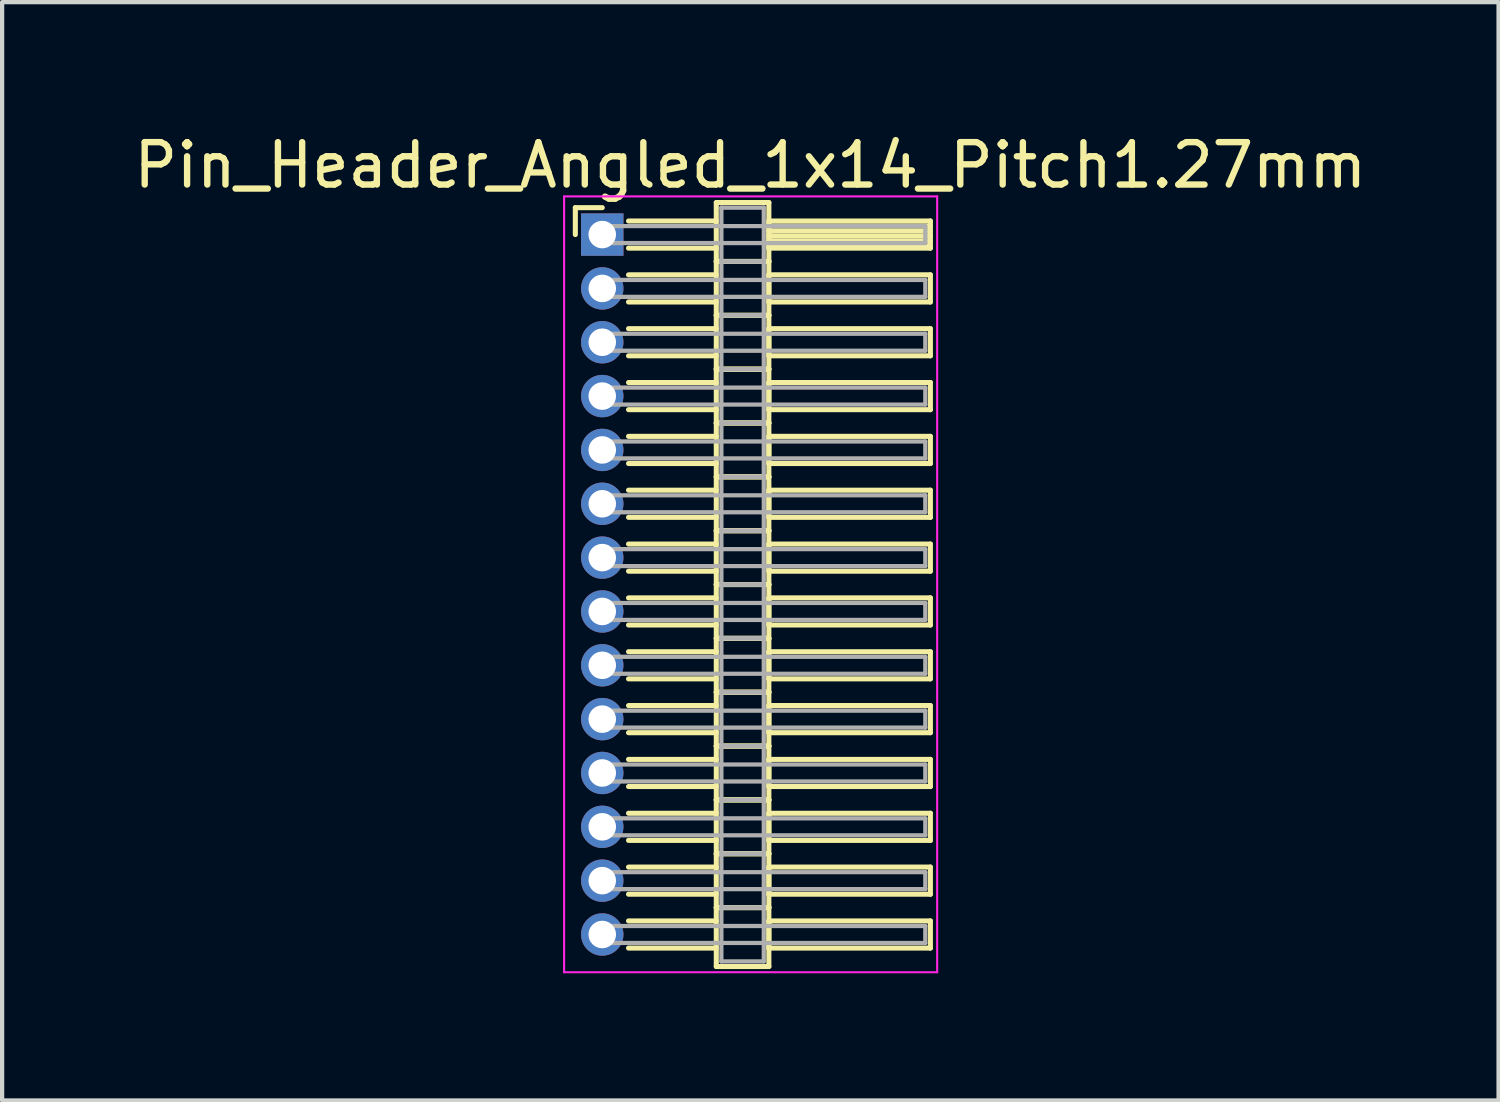
<source format=kicad_pcb>
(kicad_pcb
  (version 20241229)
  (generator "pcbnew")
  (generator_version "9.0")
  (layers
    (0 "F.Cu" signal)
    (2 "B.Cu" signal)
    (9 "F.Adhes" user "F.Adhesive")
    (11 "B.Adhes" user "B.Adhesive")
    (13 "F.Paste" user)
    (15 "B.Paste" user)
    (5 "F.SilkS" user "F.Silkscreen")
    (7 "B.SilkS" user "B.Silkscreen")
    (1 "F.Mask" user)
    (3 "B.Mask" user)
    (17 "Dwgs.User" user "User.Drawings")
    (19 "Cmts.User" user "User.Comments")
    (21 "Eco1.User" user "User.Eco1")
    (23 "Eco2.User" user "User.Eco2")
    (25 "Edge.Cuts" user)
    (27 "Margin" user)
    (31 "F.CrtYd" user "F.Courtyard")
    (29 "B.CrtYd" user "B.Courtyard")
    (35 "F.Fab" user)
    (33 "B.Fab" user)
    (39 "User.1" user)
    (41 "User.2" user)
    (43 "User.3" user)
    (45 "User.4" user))
  (footprint "Pin_Header_Angled_1x14_Pitch1.27mm"
    (layer "F.Cu")
    (at 11.156 2.483)
    (property "Reference" "Pin_Header_Angled_1x14_Pitch1.27mm" (at 3.493 -1.635 0) (layer "F.SilkS") (effects (font (size 1 1) (thickness 0.15))))
    (attr through_hole)
    (fp_line (start -0.635 -0.635) (end 0 -0.635) (stroke (width 0.12) (type solid)) (layer "F.SilkS"))
    (fp_line (start -0.635 0) (end -0.635 -0.635) (stroke (width 0.12) (type solid)) (layer "F.SilkS"))
    (fp_line (start 0.62 -0.32) (end 2.69 -0.32) (stroke (width 0.12) (type solid)) (layer "F.SilkS"))
    (fp_line (start 0.62 0.32) (end 2.69 0.32) (stroke (width 0.12) (type solid)) (layer "F.SilkS"))
    (fp_line (start 0.62 0.95) (end 2.69 0.95) (stroke (width 0.12) (type solid)) (layer "F.SilkS"))
    (fp_line (start 0.62 1.59) (end 2.69 1.59) (stroke (width 0.12) (type solid)) (layer "F.SilkS"))
    (fp_line (start 0.62 2.22) (end 2.69 2.22) (stroke (width 0.12) (type solid)) (layer "F.SilkS"))
    (fp_line (start 0.62 2.86) (end 2.69 2.86) (stroke (width 0.12) (type solid)) (layer "F.SilkS"))
    (fp_line (start 0.62 3.49) (end 2.69 3.49) (stroke (width 0.12) (type solid)) (layer "F.SilkS"))
    (fp_line (start 0.62 4.13) (end 2.69 4.13) (stroke (width 0.12) (type solid)) (layer "F.SilkS"))
    (fp_line (start 0.62 4.76) (end 2.69 4.76) (stroke (width 0.12) (type solid)) (layer "F.SilkS"))
    (fp_line (start 0.62 5.4) (end 2.69 5.4) (stroke (width 0.12) (type solid)) (layer "F.SilkS"))
    (fp_line (start 0.62 6.03) (end 2.69 6.03) (stroke (width 0.12) (type solid)) (layer "F.SilkS"))
    (fp_line (start 0.62 6.67) (end 2.69 6.67) (stroke (width 0.12) (type solid)) (layer "F.SilkS"))
    (fp_line (start 0.62 7.3) (end 2.69 7.3) (stroke (width 0.12) (type solid)) (layer "F.SilkS"))
    (fp_line (start 0.62 7.94) (end 2.69 7.94) (stroke (width 0.12) (type solid)) (layer "F.SilkS"))
    (fp_line (start 0.62 8.57) (end 2.69 8.57) (stroke (width 0.12) (type solid)) (layer "F.SilkS"))
    (fp_line (start 0.62 9.21) (end 2.69 9.21) (stroke (width 0.12) (type solid)) (layer "F.SilkS"))
    (fp_line (start 0.62 9.84) (end 2.69 9.84) (stroke (width 0.12) (type solid)) (layer "F.SilkS"))
    (fp_line (start 0.62 10.48) (end 2.69 10.48) (stroke (width 0.12) (type solid)) (layer "F.SilkS"))
    (fp_line (start 0.62 11.11) (end 2.69 11.11) (stroke (width 0.12) (type solid)) (layer "F.SilkS"))
    (fp_line (start 0.62 11.75) (end 2.69 11.75) (stroke (width 0.12) (type solid)) (layer "F.SilkS"))
    (fp_line (start 0.62 12.38) (end 2.69 12.38) (stroke (width 0.12) (type solid)) (layer "F.SilkS"))
    (fp_line (start 0.62 13.02) (end 2.69 13.02) (stroke (width 0.12) (type solid)) (layer "F.SilkS"))
    (fp_line (start 0.62 13.65) (end 2.69 13.65) (stroke (width 0.12) (type solid)) (layer "F.SilkS"))
    (fp_line (start 0.62 14.29) (end 2.69 14.29) (stroke (width 0.12) (type solid)) (layer "F.SilkS"))
    (fp_line (start 0.62 14.92) (end 2.69 14.92) (stroke (width 0.12) (type solid)) (layer "F.SilkS"))
    (fp_line (start 0.62 15.56) (end 2.69 15.56) (stroke (width 0.12) (type solid)) (layer "F.SilkS"))
    (fp_line (start 0.62 16.19) (end 2.69 16.19) (stroke (width 0.12) (type solid)) (layer "F.SilkS"))
    (fp_line (start 0.62 16.83) (end 2.69 16.83) (stroke (width 0.12) (type solid)) (layer "F.SilkS"))
    (fp_line (start 2.69 -0.755) (end 2.69 0.635) (stroke (width 0.12) (type solid)) (layer "F.SilkS"))
    (fp_line (start 2.69 0.635) (end 2.69 1.905) (stroke (width 0.12) (type solid)) (layer "F.SilkS"))
    (fp_line (start 2.69 0.635) (end 3.93 0.635) (stroke (width 0.12) (type solid)) (layer "F.SilkS"))
    (fp_line (start 2.69 1.905) (end 2.69 3.175) (stroke (width 0.12) (type solid)) (layer "F.SilkS"))
    (fp_line (start 2.69 1.905) (end 3.93 1.905) (stroke (width 0.12) (type solid)) (layer "F.SilkS"))
    (fp_line (start 2.69 3.175) (end 2.69 4.445) (stroke (width 0.12) (type solid)) (layer "F.SilkS"))
    (fp_line (start 2.69 3.175) (end 3.93 3.175) (stroke (width 0.12) (type solid)) (layer "F.SilkS"))
    (fp_line (start 2.69 4.445) (end 2.69 5.715) (stroke (width 0.12) (type solid)) (layer "F.SilkS"))
    (fp_line (start 2.69 4.445) (end 3.93 4.445) (stroke (width 0.12) (type solid)) (layer "F.SilkS"))
    (fp_line (start 2.69 5.715) (end 2.69 6.985) (stroke (width 0.12) (type solid)) (layer "F.SilkS"))
    (fp_line (start 2.69 5.715) (end 3.93 5.715) (stroke (width 0.12) (type solid)) (layer "F.SilkS"))
    (fp_line (start 2.69 6.985) (end 2.69 8.255) (stroke (width 0.12) (type solid)) (layer "F.SilkS"))
    (fp_line (start 2.69 6.985) (end 3.93 6.985) (stroke (width 0.12) (type solid)) (layer "F.SilkS"))
    (fp_line (start 2.69 8.255) (end 2.69 9.525) (stroke (width 0.12) (type solid)) (layer "F.SilkS"))
    (fp_line (start 2.69 8.255) (end 3.93 8.255) (stroke (width 0.12) (type solid)) (layer "F.SilkS"))
    (fp_line (start 2.69 9.525) (end 2.69 10.795) (stroke (width 0.12) (type solid)) (layer "F.SilkS"))
    (fp_line (start 2.69 9.525) (end 3.93 9.525) (stroke (width 0.12) (type solid)) (layer "F.SilkS"))
    (fp_line (start 2.69 10.795) (end 2.69 12.065) (stroke (width 0.12) (type solid)) (layer "F.SilkS"))
    (fp_line (start 2.69 10.795) (end 3.93 10.795) (stroke (width 0.12) (type solid)) (layer "F.SilkS"))
    (fp_line (start 2.69 12.065) (end 2.69 13.335) (stroke (width 0.12) (type solid)) (layer "F.SilkS"))
    (fp_line (start 2.69 12.065) (end 3.93 12.065) (stroke (width 0.12) (type solid)) (layer "F.SilkS"))
    (fp_line (start 2.69 13.335) (end 2.69 14.605) (stroke (width 0.12) (type solid)) (layer "F.SilkS"))
    (fp_line (start 2.69 13.335) (end 3.93 13.335) (stroke (width 0.12) (type solid)) (layer "F.SilkS"))
    (fp_line (start 2.69 14.605) (end 2.69 15.875) (stroke (width 0.12) (type solid)) (layer "F.SilkS"))
    (fp_line (start 2.69 14.605) (end 3.93 14.605) (stroke (width 0.12) (type solid)) (layer "F.SilkS"))
    (fp_line (start 2.69 15.875) (end 2.69 17.265) (stroke (width 0.12) (type solid)) (layer "F.SilkS"))
    (fp_line (start 2.69 15.875) (end 3.93 15.875) (stroke (width 0.12) (type solid)) (layer "F.SilkS"))
    (fp_line (start 2.69 17.265) (end 3.93 17.265) (stroke (width 0.12) (type solid)) (layer "F.SilkS"))
    (fp_line (start 3.93 -0.755) (end 2.69 -0.755) (stroke (width 0.12) (type solid)) (layer "F.SilkS"))
    (fp_line (start 3.93 -0.32) (end 3.93 0.32) (stroke (width 0.12) (type solid)) (layer "F.SilkS"))
    (fp_line (start 3.93 -0.2) (end 7.74 -0.2) (stroke (width 0.12) (type solid)) (layer "F.SilkS"))
    (fp_line (start 3.93 -0.08) (end 7.74 -0.08) (stroke (width 0.12) (type solid)) (layer "F.SilkS"))
    (fp_line (start 3.93 0.04) (end 7.74 0.04) (stroke (width 0.12) (type solid)) (layer "F.SilkS"))
    (fp_line (start 3.93 0.16) (end 7.74 0.16) (stroke (width 0.12) (type solid)) (layer "F.SilkS"))
    (fp_line (start 3.93 0.28) (end 7.74 0.28) (stroke (width 0.12) (type solid)) (layer "F.SilkS"))
    (fp_line (start 3.93 0.32) (end 7.74 0.32) (stroke (width 0.12) (type solid)) (layer "F.SilkS"))
    (fp_line (start 3.93 0.635) (end 2.69 0.635) (stroke (width 0.12) (type solid)) (layer "F.SilkS"))
    (fp_line (start 3.93 0.635) (end 3.93 -0.755) (stroke (width 0.12) (type solid)) (layer "F.SilkS"))
    (fp_line (start 3.93 0.95) (end 3.93 1.59) (stroke (width 0.12) (type solid)) (layer "F.SilkS"))
    (fp_line (start 3.93 1.59) (end 7.74 1.59) (stroke (width 0.12) (type solid)) (layer "F.SilkS"))
    (fp_line (start 3.93 1.905) (end 2.69 1.905) (stroke (width 0.12) (type solid)) (layer "F.SilkS"))
    (fp_line (start 3.93 1.905) (end 3.93 0.635) (stroke (width 0.12) (type solid)) (layer "F.SilkS"))
    (fp_line (start 3.93 2.22) (end 3.93 2.86) (stroke (width 0.12) (type solid)) (layer "F.SilkS"))
    (fp_line (start 3.93 2.86) (end 7.74 2.86) (stroke (width 0.12) (type solid)) (layer "F.SilkS"))
    (fp_line (start 3.93 3.175) (end 2.69 3.175) (stroke (width 0.12) (type solid)) (layer "F.SilkS"))
    (fp_line (start 3.93 3.175) (end 3.93 1.905) (stroke (width 0.12) (type solid)) (layer "F.SilkS"))
    (fp_line (start 3.93 3.49) (end 3.93 4.13) (stroke (width 0.12) (type solid)) (layer "F.SilkS"))
    (fp_line (start 3.93 4.13) (end 7.74 4.13) (stroke (width 0.12) (type solid)) (layer "F.SilkS"))
    (fp_line (start 3.93 4.445) (end 2.69 4.445) (stroke (width 0.12) (type solid)) (layer "F.SilkS"))
    (fp_line (start 3.93 4.445) (end 3.93 3.175) (stroke (width 0.12) (type solid)) (layer "F.SilkS"))
    (fp_line (start 3.93 4.76) (end 3.93 5.4) (stroke (width 0.12) (type solid)) (layer "F.SilkS"))
    (fp_line (start 3.93 5.4) (end 7.74 5.4) (stroke (width 0.12) (type solid)) (layer "F.SilkS"))
    (fp_line (start 3.93 5.715) (end 2.69 5.715) (stroke (width 0.12) (type solid)) (layer "F.SilkS"))
    (fp_line (start 3.93 5.715) (end 3.93 4.445) (stroke (width 0.12) (type solid)) (layer "F.SilkS"))
    (fp_line (start 3.93 6.03) (end 3.93 6.67) (stroke (width 0.12) (type solid)) (layer "F.SilkS"))
    (fp_line (start 3.93 6.67) (end 7.74 6.67) (stroke (width 0.12) (type solid)) (layer "F.SilkS"))
    (fp_line (start 3.93 6.985) (end 2.69 6.985) (stroke (width 0.12) (type solid)) (layer "F.SilkS"))
    (fp_line (start 3.93 6.985) (end 3.93 5.715) (stroke (width 0.12) (type solid)) (layer "F.SilkS"))
    (fp_line (start 3.93 7.3) (end 3.93 7.94) (stroke (width 0.12) (type solid)) (layer "F.SilkS"))
    (fp_line (start 3.93 7.94) (end 7.74 7.94) (stroke (width 0.12) (type solid)) (layer "F.SilkS"))
    (fp_line (start 3.93 8.255) (end 2.69 8.255) (stroke (width 0.12) (type solid)) (layer "F.SilkS"))
    (fp_line (start 3.93 8.255) (end 3.93 6.985) (stroke (width 0.12) (type solid)) (layer "F.SilkS"))
    (fp_line (start 3.93 8.57) (end 3.93 9.21) (stroke (width 0.12) (type solid)) (layer "F.SilkS"))
    (fp_line (start 3.93 9.21) (end 7.74 9.21) (stroke (width 0.12) (type solid)) (layer "F.SilkS"))
    (fp_line (start 3.93 9.525) (end 2.69 9.525) (stroke (width 0.12) (type solid)) (layer "F.SilkS"))
    (fp_line (start 3.93 9.525) (end 3.93 8.255) (stroke (width 0.12) (type solid)) (layer "F.SilkS"))
    (fp_line (start 3.93 9.84) (end 3.93 10.48) (stroke (width 0.12) (type solid)) (layer "F.SilkS"))
    (fp_line (start 3.93 10.48) (end 7.74 10.48) (stroke (width 0.12) (type solid)) (layer "F.SilkS"))
    (fp_line (start 3.93 10.795) (end 2.69 10.795) (stroke (width 0.12) (type solid)) (layer "F.SilkS"))
    (fp_line (start 3.93 10.795) (end 3.93 9.525) (stroke (width 0.12) (type solid)) (layer "F.SilkS"))
    (fp_line (start 3.93 11.11) (end 3.93 11.75) (stroke (width 0.12) (type solid)) (layer "F.SilkS"))
    (fp_line (start 3.93 11.75) (end 7.74 11.75) (stroke (width 0.12) (type solid)) (layer "F.SilkS"))
    (fp_line (start 3.93 12.065) (end 2.69 12.065) (stroke (width 0.12) (type solid)) (layer "F.SilkS"))
    (fp_line (start 3.93 12.065) (end 3.93 10.795) (stroke (width 0.12) (type solid)) (layer "F.SilkS"))
    (fp_line (start 3.93 12.38) (end 3.93 13.02) (stroke (width 0.12) (type solid)) (layer "F.SilkS"))
    (fp_line (start 3.93 13.02) (end 7.74 13.02) (stroke (width 0.12) (type solid)) (layer "F.SilkS"))
    (fp_line (start 3.93 13.335) (end 2.69 13.335) (stroke (width 0.12) (type solid)) (layer "F.SilkS"))
    (fp_line (start 3.93 13.335) (end 3.93 12.065) (stroke (width 0.12) (type solid)) (layer "F.SilkS"))
    (fp_line (start 3.93 13.65) (end 3.93 14.29) (stroke (width 0.12) (type solid)) (layer "F.SilkS"))
    (fp_line (start 3.93 14.29) (end 7.74 14.29) (stroke (width 0.12) (type solid)) (layer "F.SilkS"))
    (fp_line (start 3.93 14.605) (end 2.69 14.605) (stroke (width 0.12) (type solid)) (layer "F.SilkS"))
    (fp_line (start 3.93 14.605) (end 3.93 13.335) (stroke (width 0.12) (type solid)) (layer "F.SilkS"))
    (fp_line (start 3.93 14.92) (end 3.93 15.56) (stroke (width 0.12) (type solid)) (layer "F.SilkS"))
    (fp_line (start 3.93 15.56) (end 7.74 15.56) (stroke (width 0.12) (type solid)) (layer "F.SilkS"))
    (fp_line (start 3.93 15.875) (end 2.69 15.875) (stroke (width 0.12) (type solid)) (layer "F.SilkS"))
    (fp_line (start 3.93 15.875) (end 3.93 14.605) (stroke (width 0.12) (type solid)) (layer "F.SilkS"))
    (fp_line (start 3.93 16.19) (end 3.93 16.83) (stroke (width 0.12) (type solid)) (layer "F.SilkS"))
    (fp_line (start 3.93 16.83) (end 7.74 16.83) (stroke (width 0.12) (type solid)) (layer "F.SilkS"))
    (fp_line (start 3.93 17.265) (end 3.93 15.875) (stroke (width 0.12) (type solid)) (layer "F.SilkS"))
    (fp_line (start 7.74 -0.32) (end 3.93 -0.32) (stroke (width 0.12) (type solid)) (layer "F.SilkS"))
    (fp_line (start 7.74 0.32) (end 7.74 -0.32) (stroke (width 0.12) (type solid)) (layer "F.SilkS"))
    (fp_line (start 7.74 0.95) (end 3.93 0.95) (stroke (width 0.12) (type solid)) (layer "F.SilkS"))
    (fp_line (start 7.74 1.59) (end 7.74 0.95) (stroke (width 0.12) (type solid)) (layer "F.SilkS"))
    (fp_line (start 7.74 2.22) (end 3.93 2.22) (stroke (width 0.12) (type solid)) (layer "F.SilkS"))
    (fp_line (start 7.74 2.86) (end 7.74 2.22) (stroke (width 0.12) (type solid)) (layer "F.SilkS"))
    (fp_line (start 7.74 3.49) (end 3.93 3.49) (stroke (width 0.12) (type solid)) (layer "F.SilkS"))
    (fp_line (start 7.74 4.13) (end 7.74 3.49) (stroke (width 0.12) (type solid)) (layer "F.SilkS"))
    (fp_line (start 7.74 4.76) (end 3.93 4.76) (stroke (width 0.12) (type solid)) (layer "F.SilkS"))
    (fp_line (start 7.74 5.4) (end 7.74 4.76) (stroke (width 0.12) (type solid)) (layer "F.SilkS"))
    (fp_line (start 7.74 6.03) (end 3.93 6.03) (stroke (width 0.12) (type solid)) (layer "F.SilkS"))
    (fp_line (start 7.74 6.67) (end 7.74 6.03) (stroke (width 0.12) (type solid)) (layer "F.SilkS"))
    (fp_line (start 7.74 7.3) (end 3.93 7.3) (stroke (width 0.12) (type solid)) (layer "F.SilkS"))
    (fp_line (start 7.74 7.94) (end 7.74 7.3) (stroke (width 0.12) (type solid)) (layer "F.SilkS"))
    (fp_line (start 7.74 8.57) (end 3.93 8.57) (stroke (width 0.12) (type solid)) (layer "F.SilkS"))
    (fp_line (start 7.74 9.21) (end 7.74 8.57) (stroke (width 0.12) (type solid)) (layer "F.SilkS"))
    (fp_line (start 7.74 9.84) (end 3.93 9.84) (stroke (width 0.12) (type solid)) (layer "F.SilkS"))
    (fp_line (start 7.74 10.48) (end 7.74 9.84) (stroke (width 0.12) (type solid)) (layer "F.SilkS"))
    (fp_line (start 7.74 11.11) (end 3.93 11.11) (stroke (width 0.12) (type solid)) (layer "F.SilkS"))
    (fp_line (start 7.74 11.75) (end 7.74 11.11) (stroke (width 0.12) (type solid)) (layer "F.SilkS"))
    (fp_line (start 7.74 12.38) (end 3.93 12.38) (stroke (width 0.12) (type solid)) (layer "F.SilkS"))
    (fp_line (start 7.74 13.02) (end 7.74 12.38) (stroke (width 0.12) (type solid)) (layer "F.SilkS"))
    (fp_line (start 7.74 13.65) (end 3.93 13.65) (stroke (width 0.12) (type solid)) (layer "F.SilkS"))
    (fp_line (start 7.74 14.29) (end 7.74 13.65) (stroke (width 0.12) (type solid)) (layer "F.SilkS"))
    (fp_line (start 7.74 14.92) (end 3.93 14.92) (stroke (width 0.12) (type solid)) (layer "F.SilkS"))
    (fp_line (start 7.74 15.56) (end 7.74 14.92) (stroke (width 0.12) (type solid)) (layer "F.SilkS"))
    (fp_line (start 7.74 16.19) (end 3.93 16.19) (stroke (width 0.12) (type solid)) (layer "F.SilkS"))
    (fp_line (start 7.74 16.83) (end 7.74 16.19) (stroke (width 0.12) (type solid)) (layer "F.SilkS"))
    (fp_line (start -0.9 -0.9) (end -0.9 17.4) (stroke (width 0.05) (type solid)) (layer "F.CrtYd"))
    (fp_line (start -0.9 17.4) (end 7.9 17.4) (stroke (width 0.05) (type solid)) (layer "F.CrtYd"))
    (fp_line (start 7.9 -0.9) (end -0.9 -0.9) (stroke (width 0.05) (type solid)) (layer "F.CrtYd"))
    (fp_line (start 7.9 17.4) (end 7.9 -0.9) (stroke (width 0.05) (type solid)) (layer "F.CrtYd"))
    (fp_line (start 0 -0.2) (end 0 0.2) (stroke (width 0.1) (type solid)) (layer "F.Fab"))
    (fp_line (start 0 0.2) (end 7.62 0.2) (stroke (width 0.1) (type solid)) (layer "F.Fab"))
    (fp_line (start 0 1.07) (end 0 1.47) (stroke (width 0.1) (type solid)) (layer "F.Fab"))
    (fp_line (start 0 1.47) (end 7.62 1.47) (stroke (width 0.1) (type solid)) (layer "F.Fab"))
    (fp_line (start 0 2.34) (end 0 2.74) (stroke (width 0.1) (type solid)) (layer "F.Fab"))
    (fp_line (start 0 2.74) (end 7.62 2.74) (stroke (width 0.1) (type solid)) (layer "F.Fab"))
    (fp_line (start 0 3.61) (end 0 4.01) (stroke (width 0.1) (type solid)) (layer "F.Fab"))
    (fp_line (start 0 4.01) (end 7.62 4.01) (stroke (width 0.1) (type solid)) (layer "F.Fab"))
    (fp_line (start 0 4.88) (end 0 5.28) (stroke (width 0.1) (type solid)) (layer "F.Fab"))
    (fp_line (start 0 5.28) (end 7.62 5.28) (stroke (width 0.1) (type solid)) (layer "F.Fab"))
    (fp_line (start 0 6.15) (end 0 6.55) (stroke (width 0.1) (type solid)) (layer "F.Fab"))
    (fp_line (start 0 6.55) (end 7.62 6.55) (stroke (width 0.1) (type solid)) (layer "F.Fab"))
    (fp_line (start 0 7.42) (end 0 7.82) (stroke (width 0.1) (type solid)) (layer "F.Fab"))
    (fp_line (start 0 7.82) (end 7.62 7.82) (stroke (width 0.1) (type solid)) (layer "F.Fab"))
    (fp_line (start 0 8.69) (end 0 9.09) (stroke (width 0.1) (type solid)) (layer "F.Fab"))
    (fp_line (start 0 9.09) (end 7.62 9.09) (stroke (width 0.1) (type solid)) (layer "F.Fab"))
    (fp_line (start 0 9.96) (end 0 10.36) (stroke (width 0.1) (type solid)) (layer "F.Fab"))
    (fp_line (start 0 10.36) (end 7.62 10.36) (stroke (width 0.1) (type solid)) (layer "F.Fab"))
    (fp_line (start 0 11.23) (end 0 11.63) (stroke (width 0.1) (type solid)) (layer "F.Fab"))
    (fp_line (start 0 11.63) (end 7.62 11.63) (stroke (width 0.1) (type solid)) (layer "F.Fab"))
    (fp_line (start 0 12.5) (end 0 12.9) (stroke (width 0.1) (type solid)) (layer "F.Fab"))
    (fp_line (start 0 12.9) (end 7.62 12.9) (stroke (width 0.1) (type solid)) (layer "F.Fab"))
    (fp_line (start 0 13.77) (end 0 14.17) (stroke (width 0.1) (type solid)) (layer "F.Fab"))
    (fp_line (start 0 14.17) (end 7.62 14.17) (stroke (width 0.1) (type solid)) (layer "F.Fab"))
    (fp_line (start 0 15.04) (end 0 15.44) (stroke (width 0.1) (type solid)) (layer "F.Fab"))
    (fp_line (start 0 15.44) (end 7.62 15.44) (stroke (width 0.1) (type solid)) (layer "F.Fab"))
    (fp_line (start 0 16.31) (end 0 16.71) (stroke (width 0.1) (type solid)) (layer "F.Fab"))
    (fp_line (start 0 16.71) (end 7.62 16.71) (stroke (width 0.1) (type solid)) (layer "F.Fab"))
    (fp_line (start 2.81 -0.635) (end 2.81 0.635) (stroke (width 0.1) (type solid)) (layer "F.Fab"))
    (fp_line (start 2.81 0.635) (end 2.81 1.905) (stroke (width 0.1) (type solid)) (layer "F.Fab"))
    (fp_line (start 2.81 0.635) (end 3.81 0.635) (stroke (width 0.1) (type solid)) (layer "F.Fab"))
    (fp_line (start 2.81 1.905) (end 2.81 3.175) (stroke (width 0.1) (type solid)) (layer "F.Fab"))
    (fp_line (start 2.81 1.905) (end 3.81 1.905) (stroke (width 0.1) (type solid)) (layer "F.Fab"))
    (fp_line (start 2.81 3.175) (end 2.81 4.445) (stroke (width 0.1) (type solid)) (layer "F.Fab"))
    (fp_line (start 2.81 3.175) (end 3.81 3.175) (stroke (width 0.1) (type solid)) (layer "F.Fab"))
    (fp_line (start 2.81 4.445) (end 2.81 5.715) (stroke (width 0.1) (type solid)) (layer "F.Fab"))
    (fp_line (start 2.81 4.445) (end 3.81 4.445) (stroke (width 0.1) (type solid)) (layer "F.Fab"))
    (fp_line (start 2.81 5.715) (end 2.81 6.985) (stroke (width 0.1) (type solid)) (layer "F.Fab"))
    (fp_line (start 2.81 5.715) (end 3.81 5.715) (stroke (width 0.1) (type solid)) (layer "F.Fab"))
    (fp_line (start 2.81 6.985) (end 2.81 8.255) (stroke (width 0.1) (type solid)) (layer "F.Fab"))
    (fp_line (start 2.81 6.985) (end 3.81 6.985) (stroke (width 0.1) (type solid)) (layer "F.Fab"))
    (fp_line (start 2.81 8.255) (end 2.81 9.525) (stroke (width 0.1) (type solid)) (layer "F.Fab"))
    (fp_line (start 2.81 8.255) (end 3.81 8.255) (stroke (width 0.1) (type solid)) (layer "F.Fab"))
    (fp_line (start 2.81 9.525) (end 2.81 10.795) (stroke (width 0.1) (type solid)) (layer "F.Fab"))
    (fp_line (start 2.81 9.525) (end 3.81 9.525) (stroke (width 0.1) (type solid)) (layer "F.Fab"))
    (fp_line (start 2.81 10.795) (end 2.81 12.065) (stroke (width 0.1) (type solid)) (layer "F.Fab"))
    (fp_line (start 2.81 10.795) (end 3.81 10.795) (stroke (width 0.1) (type solid)) (layer "F.Fab"))
    (fp_line (start 2.81 12.065) (end 2.81 13.335) (stroke (width 0.1) (type solid)) (layer "F.Fab"))
    (fp_line (start 2.81 12.065) (end 3.81 12.065) (stroke (width 0.1) (type solid)) (layer "F.Fab"))
    (fp_line (start 2.81 13.335) (end 2.81 14.605) (stroke (width 0.1) (type solid)) (layer "F.Fab"))
    (fp_line (start 2.81 13.335) (end 3.81 13.335) (stroke (width 0.1) (type solid)) (layer "F.Fab"))
    (fp_line (start 2.81 14.605) (end 2.81 15.875) (stroke (width 0.1) (type solid)) (layer "F.Fab"))
    (fp_line (start 2.81 14.605) (end 3.81 14.605) (stroke (width 0.1) (type solid)) (layer "F.Fab"))
    (fp_line (start 2.81 15.875) (end 2.81 17.145) (stroke (width 0.1) (type solid)) (layer "F.Fab"))
    (fp_line (start 2.81 15.875) (end 3.81 15.875) (stroke (width 0.1) (type solid)) (layer "F.Fab"))
    (fp_line (start 2.81 17.145) (end 3.81 17.145) (stroke (width 0.1) (type solid)) (layer "F.Fab"))
    (fp_line (start 3.81 -0.635) (end 2.81 -0.635) (stroke (width 0.1) (type solid)) (layer "F.Fab"))
    (fp_line (start 3.81 0.635) (end 2.81 0.635) (stroke (width 0.1) (type solid)) (layer "F.Fab"))
    (fp_line (start 3.81 0.635) (end 3.81 -0.635) (stroke (width 0.1) (type solid)) (layer "F.Fab"))
    (fp_line (start 3.81 1.905) (end 2.81 1.905) (stroke (width 0.1) (type solid)) (layer "F.Fab"))
    (fp_line (start 3.81 1.905) (end 3.81 0.635) (stroke (width 0.1) (type solid)) (layer "F.Fab"))
    (fp_line (start 3.81 3.175) (end 2.81 3.175) (stroke (width 0.1) (type solid)) (layer "F.Fab"))
    (fp_line (start 3.81 3.175) (end 3.81 1.905) (stroke (width 0.1) (type solid)) (layer "F.Fab"))
    (fp_line (start 3.81 4.445) (end 2.81 4.445) (stroke (width 0.1) (type solid)) (layer "F.Fab"))
    (fp_line (start 3.81 4.445) (end 3.81 3.175) (stroke (width 0.1) (type solid)) (layer "F.Fab"))
    (fp_line (start 3.81 5.715) (end 2.81 5.715) (stroke (width 0.1) (type solid)) (layer "F.Fab"))
    (fp_line (start 3.81 5.715) (end 3.81 4.445) (stroke (width 0.1) (type solid)) (layer "F.Fab"))
    (fp_line (start 3.81 6.985) (end 2.81 6.985) (stroke (width 0.1) (type solid)) (layer "F.Fab"))
    (fp_line (start 3.81 6.985) (end 3.81 5.715) (stroke (width 0.1) (type solid)) (layer "F.Fab"))
    (fp_line (start 3.81 8.255) (end 2.81 8.255) (stroke (width 0.1) (type solid)) (layer "F.Fab"))
    (fp_line (start 3.81 8.255) (end 3.81 6.985) (stroke (width 0.1) (type solid)) (layer "F.Fab"))
    (fp_line (start 3.81 9.525) (end 2.81 9.525) (stroke (width 0.1) (type solid)) (layer "F.Fab"))
    (fp_line (start 3.81 9.525) (end 3.81 8.255) (stroke (width 0.1) (type solid)) (layer "F.Fab"))
    (fp_line (start 3.81 10.795) (end 2.81 10.795) (stroke (width 0.1) (type solid)) (layer "F.Fab"))
    (fp_line (start 3.81 10.795) (end 3.81 9.525) (stroke (width 0.1) (type solid)) (layer "F.Fab"))
    (fp_line (start 3.81 12.065) (end 2.81 12.065) (stroke (width 0.1) (type solid)) (layer "F.Fab"))
    (fp_line (start 3.81 12.065) (end 3.81 10.795) (stroke (width 0.1) (type solid)) (layer "F.Fab"))
    (fp_line (start 3.81 13.335) (end 2.81 13.335) (stroke (width 0.1) (type solid)) (layer "F.Fab"))
    (fp_line (start 3.81 13.335) (end 3.81 12.065) (stroke (width 0.1) (type solid)) (layer "F.Fab"))
    (fp_line (start 3.81 14.605) (end 2.81 14.605) (stroke (width 0.1) (type solid)) (layer "F.Fab"))
    (fp_line (start 3.81 14.605) (end 3.81 13.335) (stroke (width 0.1) (type solid)) (layer "F.Fab"))
    (fp_line (start 3.81 15.875) (end 2.81 15.875) (stroke (width 0.1) (type solid)) (layer "F.Fab"))
    (fp_line (start 3.81 15.875) (end 3.81 14.605) (stroke (width 0.1) (type solid)) (layer "F.Fab"))
    (fp_line (start 3.81 17.145) (end 3.81 15.875) (stroke (width 0.1) (type solid)) (layer "F.Fab"))
    (fp_line (start 7.62 -0.2) (end 0 -0.2) (stroke (width 0.1) (type solid)) (layer "F.Fab"))
    (fp_line (start 7.62 0.2) (end 7.62 -0.2) (stroke (width 0.1) (type solid)) (layer "F.Fab"))
    (fp_line (start 7.62 1.07) (end 0 1.07) (stroke (width 0.1) (type solid)) (layer "F.Fab"))
    (fp_line (start 7.62 1.47) (end 7.62 1.07) (stroke (width 0.1) (type solid)) (layer "F.Fab"))
    (fp_line (start 7.62 2.34) (end 0 2.34) (stroke (width 0.1) (type solid)) (layer "F.Fab"))
    (fp_line (start 7.62 2.74) (end 7.62 2.34) (stroke (width 0.1) (type solid)) (layer "F.Fab"))
    (fp_line (start 7.62 3.61) (end 0 3.61) (stroke (width 0.1) (type solid)) (layer "F.Fab"))
    (fp_line (start 7.62 4.01) (end 7.62 3.61) (stroke (width 0.1) (type solid)) (layer "F.Fab"))
    (fp_line (start 7.62 4.88) (end 0 4.88) (stroke (width 0.1) (type solid)) (layer "F.Fab"))
    (fp_line (start 7.62 5.28) (end 7.62 4.88) (stroke (width 0.1) (type solid)) (layer "F.Fab"))
    (fp_line (start 7.62 6.15) (end 0 6.15) (stroke (width 0.1) (type solid)) (layer "F.Fab"))
    (fp_line (start 7.62 6.55) (end 7.62 6.15) (stroke (width 0.1) (type solid)) (layer "F.Fab"))
    (fp_line (start 7.62 7.42) (end 0 7.42) (stroke (width 0.1) (type solid)) (layer "F.Fab"))
    (fp_line (start 7.62 7.82) (end 7.62 7.42) (stroke (width 0.1) (type solid)) (layer "F.Fab"))
    (fp_line (start 7.62 8.69) (end 0 8.69) (stroke (width 0.1) (type solid)) (layer "F.Fab"))
    (fp_line (start 7.62 9.09) (end 7.62 8.69) (stroke (width 0.1) (type solid)) (layer "F.Fab"))
    (fp_line (start 7.62 9.96) (end 0 9.96) (stroke (width 0.1) (type solid)) (layer "F.Fab"))
    (fp_line (start 7.62 10.36) (end 7.62 9.96) (stroke (width 0.1) (type solid)) (layer "F.Fab"))
    (fp_line (start 7.62 11.23) (end 0 11.23) (stroke (width 0.1) (type solid)) (layer "F.Fab"))
    (fp_line (start 7.62 11.63) (end 7.62 11.23) (stroke (width 0.1) (type solid)) (layer "F.Fab"))
    (fp_line (start 7.62 12.5) (end 0 12.5) (stroke (width 0.1) (type solid)) (layer "F.Fab"))
    (fp_line (start 7.62 12.9) (end 7.62 12.5) (stroke (width 0.1) (type solid)) (layer "F.Fab"))
    (fp_line (start 7.62 13.77) (end 0 13.77) (stroke (width 0.1) (type solid)) (layer "F.Fab"))
    (fp_line (start 7.62 14.17) (end 7.62 13.77) (stroke (width 0.1) (type solid)) (layer "F.Fab"))
    (fp_line (start 7.62 15.04) (end 0 15.04) (stroke (width 0.1) (type solid)) (layer "F.Fab"))
    (fp_line (start 7.62 15.44) (end 7.62 15.04) (stroke (width 0.1) (type solid)) (layer "F.Fab"))
    (fp_line (start 7.62 16.31) (end 0 16.31) (stroke (width 0.1) (type solid)) (layer "F.Fab"))
    (fp_line (start 7.62 16.71) (end 7.62 16.31) (stroke (width 0.1) (type solid)) (layer "F.Fab"))
    (pad "1" thru_hole rect (at 0 0) (size 1 1) (drill 0.65) (layers "*.Cu" "*.Mask"))
    (pad "2" thru_hole oval (at 0 1.27) (size 1 1) (drill 0.65) (layers "*.Cu" "*.Mask"))
    (pad "3" thru_hole oval (at 0 2.54) (size 1 1) (drill 0.65) (layers "*.Cu" "*.Mask"))
    (pad "4" thru_hole oval (at 0 3.81) (size 1 1) (drill 0.65) (layers "*.Cu" "*.Mask"))
    (pad "5" thru_hole oval (at 0 5.08) (size 1 1) (drill 0.65) (layers "*.Cu" "*.Mask"))
    (pad "6" thru_hole oval (at 0 6.35) (size 1 1) (drill 0.65) (layers "*.Cu" "*.Mask"))
    (pad "7" thru_hole oval (at 0 7.62) (size 1 1) (drill 0.65) (layers "*.Cu" "*.Mask"))
    (pad "8" thru_hole oval (at 0 8.89) (size 1 1) (drill 0.65) (layers "*.Cu" "*.Mask"))
    (pad "9" thru_hole oval (at 0 10.16) (size 1 1) (drill 0.65) (layers "*.Cu" "*.Mask"))
    (pad "10" thru_hole oval (at 0 11.43) (size 1 1) (drill 0.65) (layers "*.Cu" "*.Mask"))
    (pad "11" thru_hole oval (at 0 12.7) (size 1 1) (drill 0.65) (layers "*.Cu" "*.Mask"))
    (pad "12" thru_hole oval (at 0 13.97) (size 1 1) (drill 0.65) (layers "*.Cu" "*.Mask"))
    (pad "13" thru_hole oval (at 0 15.24) (size 1 1) (drill 0.65) (layers "*.Cu" "*.Mask"))
    (pad "14" thru_hole oval (at 0 16.51) (size 1 1) (drill 0.65) (layers "*.Cu" "*.Mask")))
  (gr_rect
    (start -3 -3)
    (end 32.298 22.908)
    (stroke (width 0.1) (type default))
    (fill no)
    (layer "Edge.Cuts")))
</source>
